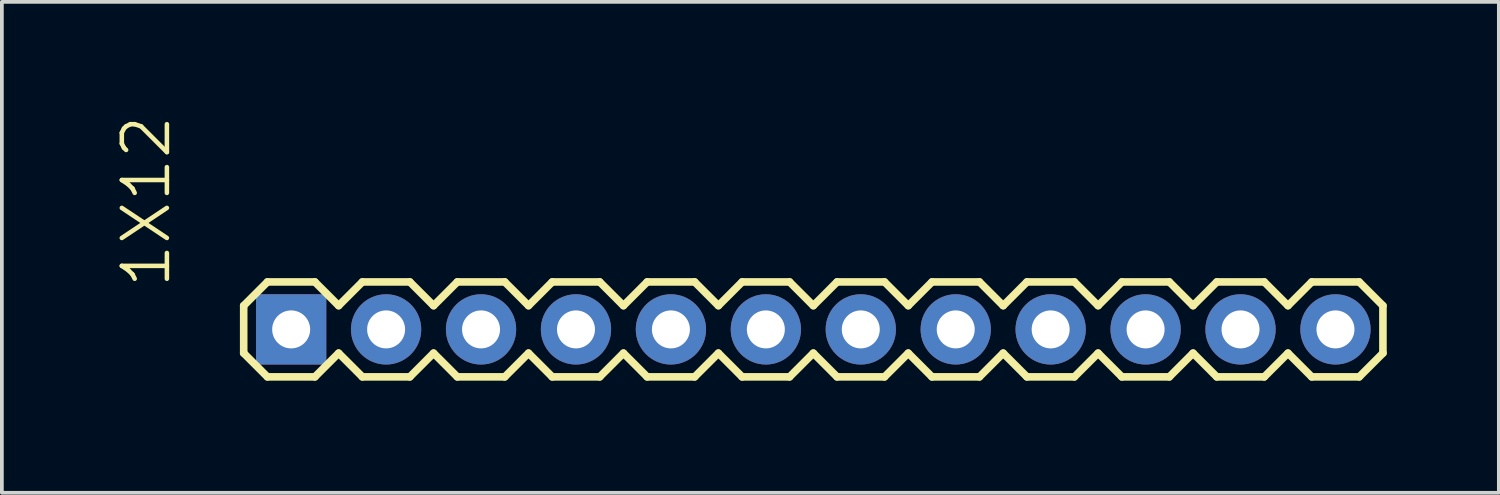
<source format=kicad_pcb>
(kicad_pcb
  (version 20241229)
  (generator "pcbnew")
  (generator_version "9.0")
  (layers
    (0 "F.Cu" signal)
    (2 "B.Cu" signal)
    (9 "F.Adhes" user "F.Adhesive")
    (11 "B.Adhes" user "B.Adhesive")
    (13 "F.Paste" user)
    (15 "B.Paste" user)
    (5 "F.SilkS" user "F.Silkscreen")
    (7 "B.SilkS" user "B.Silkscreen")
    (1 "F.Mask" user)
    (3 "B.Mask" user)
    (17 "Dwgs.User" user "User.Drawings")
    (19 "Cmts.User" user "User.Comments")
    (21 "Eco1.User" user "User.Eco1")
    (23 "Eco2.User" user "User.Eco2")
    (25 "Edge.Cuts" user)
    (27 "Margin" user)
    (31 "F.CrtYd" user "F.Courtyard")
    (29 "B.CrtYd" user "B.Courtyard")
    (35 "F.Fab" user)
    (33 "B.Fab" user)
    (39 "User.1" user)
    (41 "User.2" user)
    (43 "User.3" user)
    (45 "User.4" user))
  (footprint "1X12"
    (layer "F.Cu")
    (at 4.74 5.763)
    (property "Reference" "1X12" (at -3.171 -1.046 270) (layer "F.SilkS") (effects (font (size 1.206 1.206) (thickness 0.121)) (justify left bottom)))
    (attr through_hole)
    (fp_line (start -1.27 -0.635) (end -1.27 0.635) (stroke (width 0.203) (type solid)) (layer "F.SilkS"))
    (fp_line (start -1.27 0.635) (end -0.635 1.27) (stroke (width 0.203) (type solid)) (layer "F.SilkS"))
    (fp_line (start -0.635 -1.27) (end -1.27 -0.635) (stroke (width 0.203) (type solid)) (layer "F.SilkS"))
    (fp_line (start -0.635 -1.27) (end 0.635 -1.27) (stroke (width 0.203) (type solid)) (layer "F.SilkS"))
    (fp_line (start 0.635 -1.27) (end 1.27 -0.635) (stroke (width 0.203) (type solid)) (layer "F.SilkS"))
    (fp_line (start 0.635 1.27) (end -0.635 1.27) (stroke (width 0.203) (type solid)) (layer "F.SilkS"))
    (fp_line (start 1.27 -0.635) (end 1.905 -1.27) (stroke (width 0.203) (type solid)) (layer "F.SilkS"))
    (fp_line (start 1.27 0.635) (end 0.635 1.27) (stroke (width 0.203) (type solid)) (layer "F.SilkS"))
    (fp_line (start 1.905 -1.27) (end 3.175 -1.27) (stroke (width 0.203) (type solid)) (layer "F.SilkS"))
    (fp_line (start 1.905 1.27) (end 1.27 0.635) (stroke (width 0.203) (type solid)) (layer "F.SilkS"))
    (fp_line (start 3.175 -1.27) (end 3.81 -0.635) (stroke (width 0.203) (type solid)) (layer "F.SilkS"))
    (fp_line (start 3.175 1.27) (end 1.905 1.27) (stroke (width 0.203) (type solid)) (layer "F.SilkS"))
    (fp_line (start 3.81 -0.635) (end 4.445 -1.27) (stroke (width 0.203) (type solid)) (layer "F.SilkS"))
    (fp_line (start 3.81 0.635) (end 3.175 1.27) (stroke (width 0.203) (type solid)) (layer "F.SilkS"))
    (fp_line (start 4.445 -1.27) (end 5.715 -1.27) (stroke (width 0.203) (type solid)) (layer "F.SilkS"))
    (fp_line (start 4.445 1.27) (end 3.81 0.635) (stroke (width 0.203) (type solid)) (layer "F.SilkS"))
    (fp_line (start 5.715 -1.27) (end 6.35 -0.635) (stroke (width 0.203) (type solid)) (layer "F.SilkS"))
    (fp_line (start 5.715 1.27) (end 4.445 1.27) (stroke (width 0.203) (type solid)) (layer "F.SilkS"))
    (fp_line (start 6.35 0.635) (end 5.715 1.27) (stroke (width 0.203) (type solid)) (layer "F.SilkS"))
    (fp_line (start 6.35 0.635) (end 6.985 1.27) (stroke (width 0.203) (type solid)) (layer "F.SilkS"))
    (fp_line (start 6.985 -1.27) (end 6.35 -0.635) (stroke (width 0.203) (type solid)) (layer "F.SilkS"))
    (fp_line (start 6.985 -1.27) (end 8.255 -1.27) (stroke (width 0.203) (type solid)) (layer "F.SilkS"))
    (fp_line (start 8.255 -1.27) (end 8.89 -0.635) (stroke (width 0.203) (type solid)) (layer "F.SilkS"))
    (fp_line (start 8.255 1.27) (end 6.985 1.27) (stroke (width 0.203) (type solid)) (layer "F.SilkS"))
    (fp_line (start 8.89 -0.635) (end 9.525 -1.27) (stroke (width 0.203) (type solid)) (layer "F.SilkS"))
    (fp_line (start 8.89 0.635) (end 8.255 1.27) (stroke (width 0.203) (type solid)) (layer "F.SilkS"))
    (fp_line (start 9.525 -1.27) (end 10.795 -1.27) (stroke (width 0.203) (type solid)) (layer "F.SilkS"))
    (fp_line (start 9.525 1.27) (end 8.89 0.635) (stroke (width 0.203) (type solid)) (layer "F.SilkS"))
    (fp_line (start 10.795 -1.27) (end 11.43 -0.635) (stroke (width 0.203) (type solid)) (layer "F.SilkS"))
    (fp_line (start 10.795 1.27) (end 9.525 1.27) (stroke (width 0.203) (type solid)) (layer "F.SilkS"))
    (fp_line (start 11.43 -0.635) (end 12.065 -1.27) (stroke (width 0.203) (type solid)) (layer "F.SilkS"))
    (fp_line (start 11.43 0.635) (end 10.795 1.27) (stroke (width 0.203) (type solid)) (layer "F.SilkS"))
    (fp_line (start 12.065 -1.27) (end 13.335 -1.27) (stroke (width 0.203) (type solid)) (layer "F.SilkS"))
    (fp_line (start 12.065 1.27) (end 11.43 0.635) (stroke (width 0.203) (type solid)) (layer "F.SilkS"))
    (fp_line (start 13.335 -1.27) (end 13.97 -0.635) (stroke (width 0.203) (type solid)) (layer "F.SilkS"))
    (fp_line (start 13.335 1.27) (end 12.065 1.27) (stroke (width 0.203) (type solid)) (layer "F.SilkS"))
    (fp_line (start 13.97 -0.635) (end 14.605 -1.27) (stroke (width 0.203) (type solid)) (layer "F.SilkS"))
    (fp_line (start 13.97 0.635) (end 13.335 1.27) (stroke (width 0.203) (type solid)) (layer "F.SilkS"))
    (fp_line (start 14.605 -1.27) (end 15.875 -1.27) (stroke (width 0.203) (type solid)) (layer "F.SilkS"))
    (fp_line (start 14.605 1.27) (end 13.97 0.635) (stroke (width 0.203) (type solid)) (layer "F.SilkS"))
    (fp_line (start 15.875 -1.27) (end 16.51 -0.635) (stroke (width 0.203) (type solid)) (layer "F.SilkS"))
    (fp_line (start 15.875 1.27) (end 14.605 1.27) (stroke (width 0.203) (type solid)) (layer "F.SilkS"))
    (fp_line (start 16.51 -0.635) (end 17.145 -1.27) (stroke (width 0.203) (type solid)) (layer "F.SilkS"))
    (fp_line (start 16.51 0.635) (end 15.875 1.27) (stroke (width 0.203) (type solid)) (layer "F.SilkS"))
    (fp_line (start 17.145 -1.27) (end 18.415 -1.27) (stroke (width 0.203) (type solid)) (layer "F.SilkS"))
    (fp_line (start 17.145 1.27) (end 16.51 0.635) (stroke (width 0.203) (type solid)) (layer "F.SilkS"))
    (fp_line (start 18.415 -1.27) (end 19.05 -0.635) (stroke (width 0.203) (type solid)) (layer "F.SilkS"))
    (fp_line (start 18.415 1.27) (end 17.145 1.27) (stroke (width 0.203) (type solid)) (layer "F.SilkS"))
    (fp_line (start 19.05 -0.635) (end 19.685 -1.27) (stroke (width 0.203) (type solid)) (layer "F.SilkS"))
    (fp_line (start 19.05 0.635) (end 18.415 1.27) (stroke (width 0.203) (type solid)) (layer "F.SilkS"))
    (fp_line (start 19.685 -1.27) (end 20.955 -1.27) (stroke (width 0.203) (type solid)) (layer "F.SilkS"))
    (fp_line (start 19.685 1.27) (end 19.05 0.635) (stroke (width 0.203) (type solid)) (layer "F.SilkS"))
    (fp_line (start 20.955 -1.27) (end 21.59 -0.635) (stroke (width 0.203) (type solid)) (layer "F.SilkS"))
    (fp_line (start 20.955 1.27) (end 19.685 1.27) (stroke (width 0.203) (type solid)) (layer "F.SilkS"))
    (fp_line (start 21.59 -0.635) (end 22.225 -1.27) (stroke (width 0.203) (type solid)) (layer "F.SilkS"))
    (fp_line (start 21.59 0.635) (end 20.955 1.27) (stroke (width 0.203) (type solid)) (layer "F.SilkS"))
    (fp_line (start 22.225 -1.27) (end 23.495 -1.27) (stroke (width 0.203) (type solid)) (layer "F.SilkS"))
    (fp_line (start 22.225 1.27) (end 21.59 0.635) (stroke (width 0.203) (type solid)) (layer "F.SilkS"))
    (fp_line (start 23.495 -1.27) (end 24.13 -0.635) (stroke (width 0.203) (type solid)) (layer "F.SilkS"))
    (fp_line (start 23.495 1.27) (end 22.225 1.27) (stroke (width 0.203) (type solid)) (layer "F.SilkS"))
    (fp_line (start 24.13 -0.635) (end 24.765 -1.27) (stroke (width 0.203) (type solid)) (layer "F.SilkS"))
    (fp_line (start 24.13 0.635) (end 23.495 1.27) (stroke (width 0.203) (type solid)) (layer "F.SilkS"))
    (fp_line (start 24.765 -1.27) (end 26.035 -1.27) (stroke (width 0.203) (type solid)) (layer "F.SilkS"))
    (fp_line (start 24.765 1.27) (end 24.13 0.635) (stroke (width 0.203) (type solid)) (layer "F.SilkS"))
    (fp_line (start 26.035 -1.27) (end 26.67 -0.635) (stroke (width 0.203) (type solid)) (layer "F.SilkS"))
    (fp_line (start 26.035 1.27) (end 24.765 1.27) (stroke (width 0.203) (type solid)) (layer "F.SilkS"))
    (fp_line (start 26.67 -0.635) (end 27.305 -1.27) (stroke (width 0.203) (type solid)) (layer "F.SilkS"))
    (fp_line (start 26.67 0.635) (end 26.035 1.27) (stroke (width 0.203) (type solid)) (layer "F.SilkS"))
    (fp_line (start 27.305 -1.27) (end 28.575 -1.27) (stroke (width 0.203) (type solid)) (layer "F.SilkS"))
    (fp_line (start 27.305 1.27) (end 26.67 0.635) (stroke (width 0.203) (type solid)) (layer "F.SilkS"))
    (fp_line (start 28.575 -1.27) (end 29.21 -0.635) (stroke (width 0.203) (type solid)) (layer "F.SilkS"))
    (fp_line (start 28.575 1.27) (end 27.305 1.27) (stroke (width 0.203) (type solid)) (layer "F.SilkS"))
    (fp_line (start 29.21 -0.635) (end 29.21 0.635) (stroke (width 0.203) (type solid)) (layer "F.SilkS"))
    (fp_line (start 29.21 0.635) (end 28.575 1.27) (stroke (width 0.203) (type solid)) (layer "F.SilkS"))
    (fp_poly (pts (xy -0.254 0.254) (xy 0.254 0.254) (xy 0.254 -0.254) (xy -0.254 -0.254)) (stroke (width 0.1) (type solid)) (fill no) (layer "F.Fab"))
    (fp_poly (pts (xy 2.286 0.254) (xy 2.794 0.254) (xy 2.794 -0.254) (xy 2.286 -0.254)) (stroke (width 0.1) (type solid)) (fill no) (layer "F.Fab"))
    (fp_poly (pts (xy 4.826 0.254) (xy 5.334 0.254) (xy 5.334 -0.254) (xy 4.826 -0.254)) (stroke (width 0.1) (type solid)) (fill no) (layer "F.Fab"))
    (fp_poly (pts (xy 7.366 0.254) (xy 7.874 0.254) (xy 7.874 -0.254) (xy 7.366 -0.254)) (stroke (width 0.1) (type solid)) (fill no) (layer "F.Fab"))
    (fp_poly (pts (xy 9.906 0.254) (xy 10.414 0.254) (xy 10.414 -0.254) (xy 9.906 -0.254)) (stroke (width 0.1) (type solid)) (fill no) (layer "F.Fab"))
    (fp_poly (pts (xy 12.446 0.254) (xy 12.954 0.254) (xy 12.954 -0.254) (xy 12.446 -0.254)) (stroke (width 0.1) (type solid)) (fill no) (layer "F.Fab"))
    (fp_poly (pts (xy 14.986 0.254) (xy 15.494 0.254) (xy 15.494 -0.254) (xy 14.986 -0.254)) (stroke (width 0.1) (type solid)) (fill no) (layer "F.Fab"))
    (fp_poly (pts (xy 17.526 0.254) (xy 18.034 0.254) (xy 18.034 -0.254) (xy 17.526 -0.254)) (stroke (width 0.1) (type solid)) (fill no) (layer "F.Fab"))
    (fp_poly (pts (xy 20.066 0.254) (xy 20.574 0.254) (xy 20.574 -0.254) (xy 20.066 -0.254)) (stroke (width 0.1) (type solid)) (fill no) (layer "F.Fab"))
    (fp_poly (pts (xy 22.606 0.254) (xy 23.114 0.254) (xy 23.114 -0.254) (xy 22.606 -0.254)) (stroke (width 0.1) (type solid)) (fill no) (layer "F.Fab"))
    (fp_poly (pts (xy 25.146 0.254) (xy 25.654 0.254) (xy 25.654 -0.254) (xy 25.146 -0.254)) (stroke (width 0.1) (type solid)) (fill no) (layer "F.Fab"))
    (fp_poly (pts (xy 27.686 0.254) (xy 28.194 0.254) (xy 28.194 -0.254) (xy 27.686 -0.254)) (stroke (width 0.1) (type solid)) (fill no) (layer "F.Fab"))
    (pad "1" thru_hole rect (at 0 0 90) (size 1.88 1.88) (drill 1.016) (layers "*.Cu" "*.Mask"))
    (pad "2" thru_hole circle (at 2.54 0 90) (size 1.88 1.88) (drill 1.016) (layers "*.Cu" "*.Mask"))
    (pad "3" thru_hole circle (at 5.08 0 90) (size 1.88 1.88) (drill 1.016) (layers "*.Cu" "*.Mask"))
    (pad "4" thru_hole circle (at 7.62 0 90) (size 1.88 1.88) (drill 1.016) (layers "*.Cu" "*.Mask"))
    (pad "5" thru_hole circle (at 10.16 0 90) (size 1.88 1.88) (drill 1.016) (layers "*.Cu" "*.Mask"))
    (pad "6" thru_hole circle (at 12.7 0 90) (size 1.88 1.88) (drill 1.016) (layers "*.Cu" "*.Mask"))
    (pad "7" thru_hole circle (at 15.24 0 90) (size 1.88 1.88) (drill 1.016) (layers "*.Cu" "*.Mask"))
    (pad "8" thru_hole circle (at 17.78 0 90) (size 1.88 1.88) (drill 1.016) (layers "*.Cu" "*.Mask"))
    (pad "9" thru_hole circle (at 20.32 0 90) (size 1.88 1.88) (drill 1.016) (layers "*.Cu" "*.Mask"))
    (pad "10" thru_hole circle (at 22.86 0 90) (size 1.88 1.88) (drill 1.016) (layers "*.Cu" "*.Mask"))
    (pad "11" thru_hole circle (at 25.4 0 90) (size 1.88 1.88) (drill 1.016) (layers "*.Cu" "*.Mask"))
    (pad "12" thru_hole circle (at 27.94 0 90) (size 1.88 1.88) (drill 1.016) (layers "*.Cu" "*.Mask")))
  (gr_rect
    (start -3 -3)
    (end 37.051 10.135)
    (stroke (width 0.1) (type default))
    (fill no)
    (layer "Edge.Cuts")))
</source>
